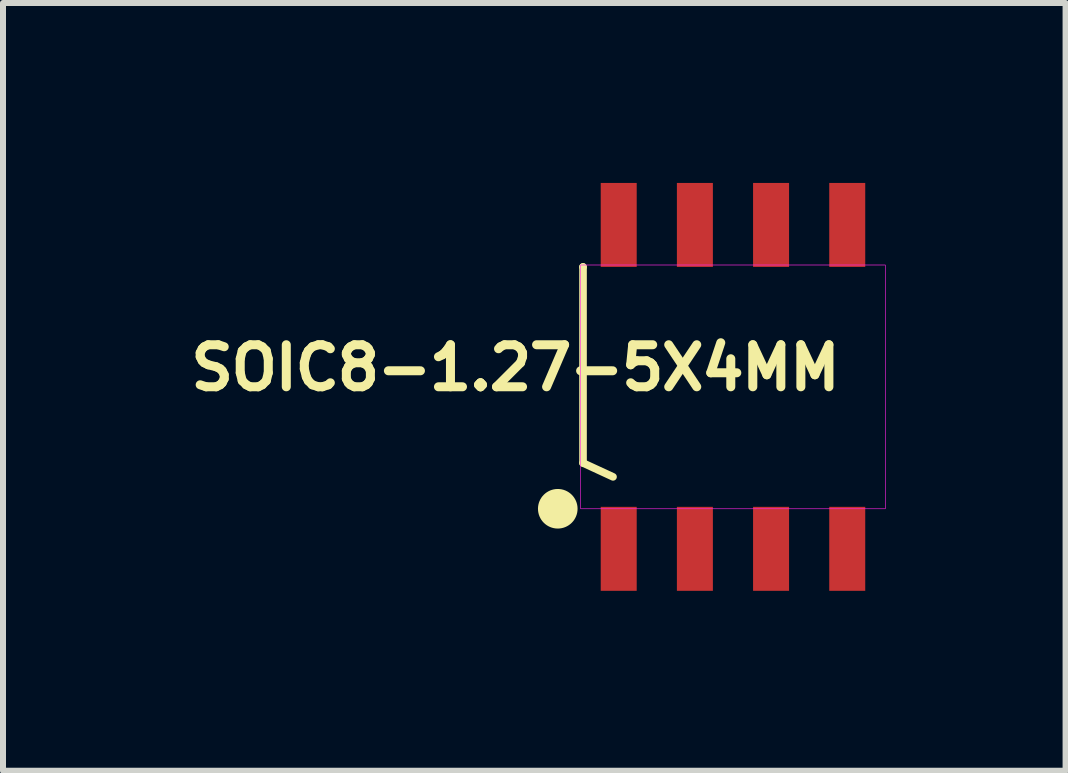
<source format=kicad_pcb>
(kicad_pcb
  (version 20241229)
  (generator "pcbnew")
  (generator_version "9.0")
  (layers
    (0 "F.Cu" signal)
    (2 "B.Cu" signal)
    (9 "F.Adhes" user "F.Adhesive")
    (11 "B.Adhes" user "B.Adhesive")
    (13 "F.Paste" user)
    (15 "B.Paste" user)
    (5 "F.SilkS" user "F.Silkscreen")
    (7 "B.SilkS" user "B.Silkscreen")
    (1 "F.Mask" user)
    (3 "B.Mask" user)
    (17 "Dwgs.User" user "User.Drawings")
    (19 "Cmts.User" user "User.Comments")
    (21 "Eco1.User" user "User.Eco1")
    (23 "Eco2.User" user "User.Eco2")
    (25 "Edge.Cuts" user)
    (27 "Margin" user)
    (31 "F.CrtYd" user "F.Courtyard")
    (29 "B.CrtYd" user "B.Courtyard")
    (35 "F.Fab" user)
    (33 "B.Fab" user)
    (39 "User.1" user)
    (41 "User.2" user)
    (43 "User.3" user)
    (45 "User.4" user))
  (footprint "SOIC8-1.27-5X4MM"
    (layer "F.Cu")
    (at 9.17 3.4)
    (property "Reference" "SOIC8-1.27-5X4MM" (at -3.625 -0.318 180) (layer "F.SilkS") (effects (font (size 0.701 0.701) (thickness 0.15))))
    (attr smd)
    (fp_line (start -2.5 -2) (end -2.5 -2) (stroke (width 0.127) (type solid)) (layer "F.SilkS"))
    (fp_line (start -2.5 1.269) (end -2.5 -2) (stroke (width 0.127) (type solid)) (layer "F.SilkS"))
    (fp_line (start -2 1.5) (end -2.5 1.269) (stroke (width 0.127) (type solid)) (layer "F.SilkS"))
    (fp_circle (center -2.921 2.032) (end -2.591 2.032) (stroke (width 0) (type solid)) (fill yes) (layer "F.SilkS"))
    (fp_poly (pts (xy -2.54 -2.032) (xy 2.54 -2.032) (xy 2.54 2.032) (xy -2.54 2.032)) (stroke (width 0.01) (type solid)) (fill no) (layer "F.CrtYd"))
    (pad "1" smd rect (at -1.905 2.7) (size 0.6 1.4) (layers "F.Cu" "F.Mask" "F.Paste"))
    (pad "2" smd rect (at -0.635 2.7) (size 0.6 1.4) (layers "F.Cu" "F.Mask" "F.Paste"))
    (pad "3" smd rect (at 0.635 2.7) (size 0.6 1.4) (layers "F.Cu" "F.Mask" "F.Paste"))
    (pad "4" smd rect (at 1.905 2.7) (size 0.6 1.4) (layers "F.Cu" "F.Mask" "F.Paste"))
    (pad "5" smd rect (at 1.905 -2.7) (size 0.6 1.4) (layers "F.Cu" "F.Mask" "F.Paste"))
    (pad "6" smd rect (at 0.635 -2.7) (size 0.6 1.4) (layers "F.Cu" "F.Mask" "F.Paste"))
    (pad "7" smd rect (at -0.635 -2.7) (size 0.6 1.4) (layers "F.Cu" "F.Mask" "F.Paste"))
    (pad "8" smd rect (at -1.905 -2.7) (size 0.6 1.4) (layers "F.Cu" "F.Mask" "F.Paste")))
  (gr_rect
    (start -3 -3)
    (end 14.715 9.8)
    (stroke (width 0.1) (type default))
    (fill no)
    (layer "Edge.Cuts")))
</source>
